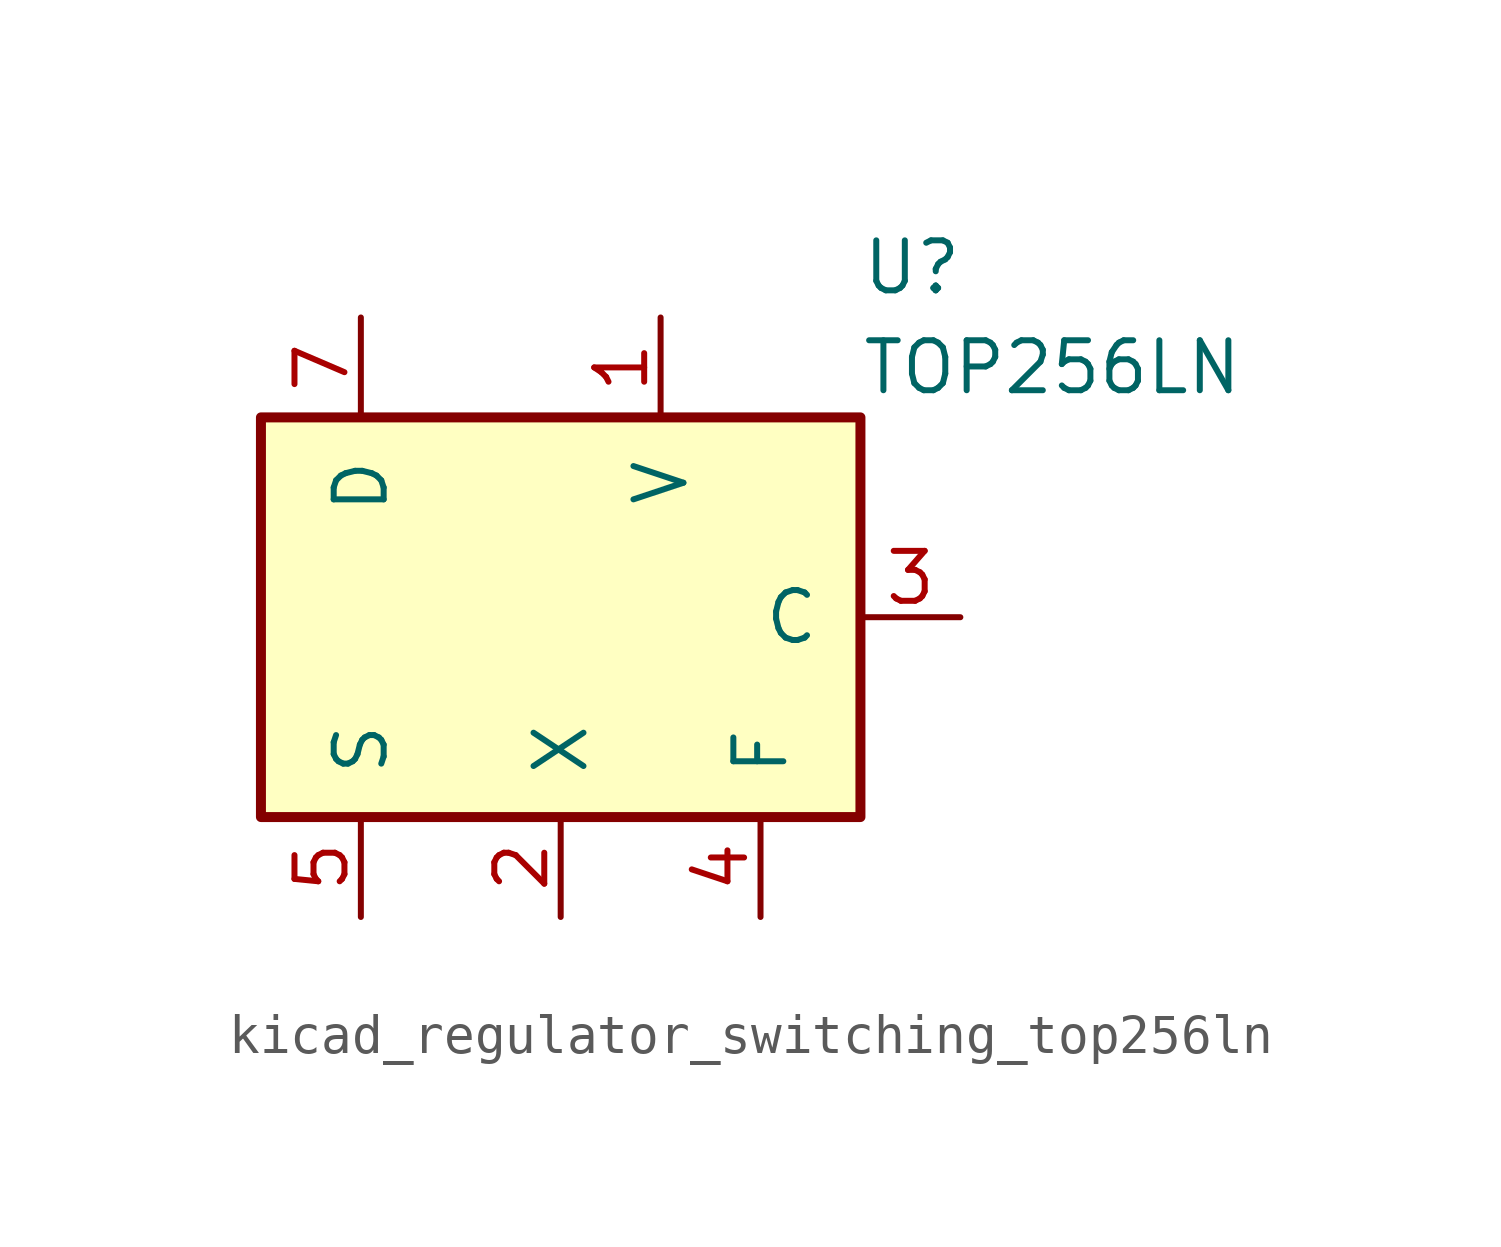
<source format=kicad_sym>
(kicad_symbol_lib
  (version 20220914)
  (generator kicad_symbol_editor)
  (symbol "kicad_regulator_switching_top256ln"
    (pin_names
      (offset 1.016))
    (property "Reference" "U"
      (at 7.62 8.89 0)
      (effects (font (size 1.27 1.27)) (justify left)))
    (property "Value" "TOP256LN"
      (at 7.62 6.35 0)
      (effects (font (size 1.27 1.27)) (justify left)))
    (symbol "kicad_regulator_switching_top256ln_0_1"
      (rectangle (start -7.62 5.08) (end 7.62 -5.08) (stroke (width 0.254) (type default)) (fill (type background))))
    (symbol "kicad_regulator_switching_top256ln_1_1"
      (pin input line (at 2.54 7.62 270) (length 2.54) (name "V" (effects (font (size 1.27 1.27)))) (number "1" (effects (font (size 1.27 1.27)))))
      (pin input line (at 0 -7.62 90) (length 2.54) (name "X" (effects (font (size 1.27 1.27)))) (number "2" (effects (font (size 1.27 1.27)))))
      (pin input line (at 10.16 0 180) (length 2.54) (name "C" (effects (font (size 1.27 1.27)))) (number "3" (effects (font (size 1.27 1.27)))))
      (pin passive line (at 5.08 -7.62 90) (length 2.54) (name "F" (effects (font (size 1.27 1.27)))) (number "4" (effects (font (size 1.27 1.27)))))
      (pin power_in line (at -5.08 -7.62 90) (length 2.54) (name "S" (effects (font (size 1.27 1.27)))) (number "5" (effects (font (size 1.27 1.27)))))
      (pin open_collector line (at -5.08 7.62 270) (length 2.54) (name "D" (effects (font (size 1.27 1.27)))) (number "7" (effects (font (size 1.27 1.27))))))))
</source>
